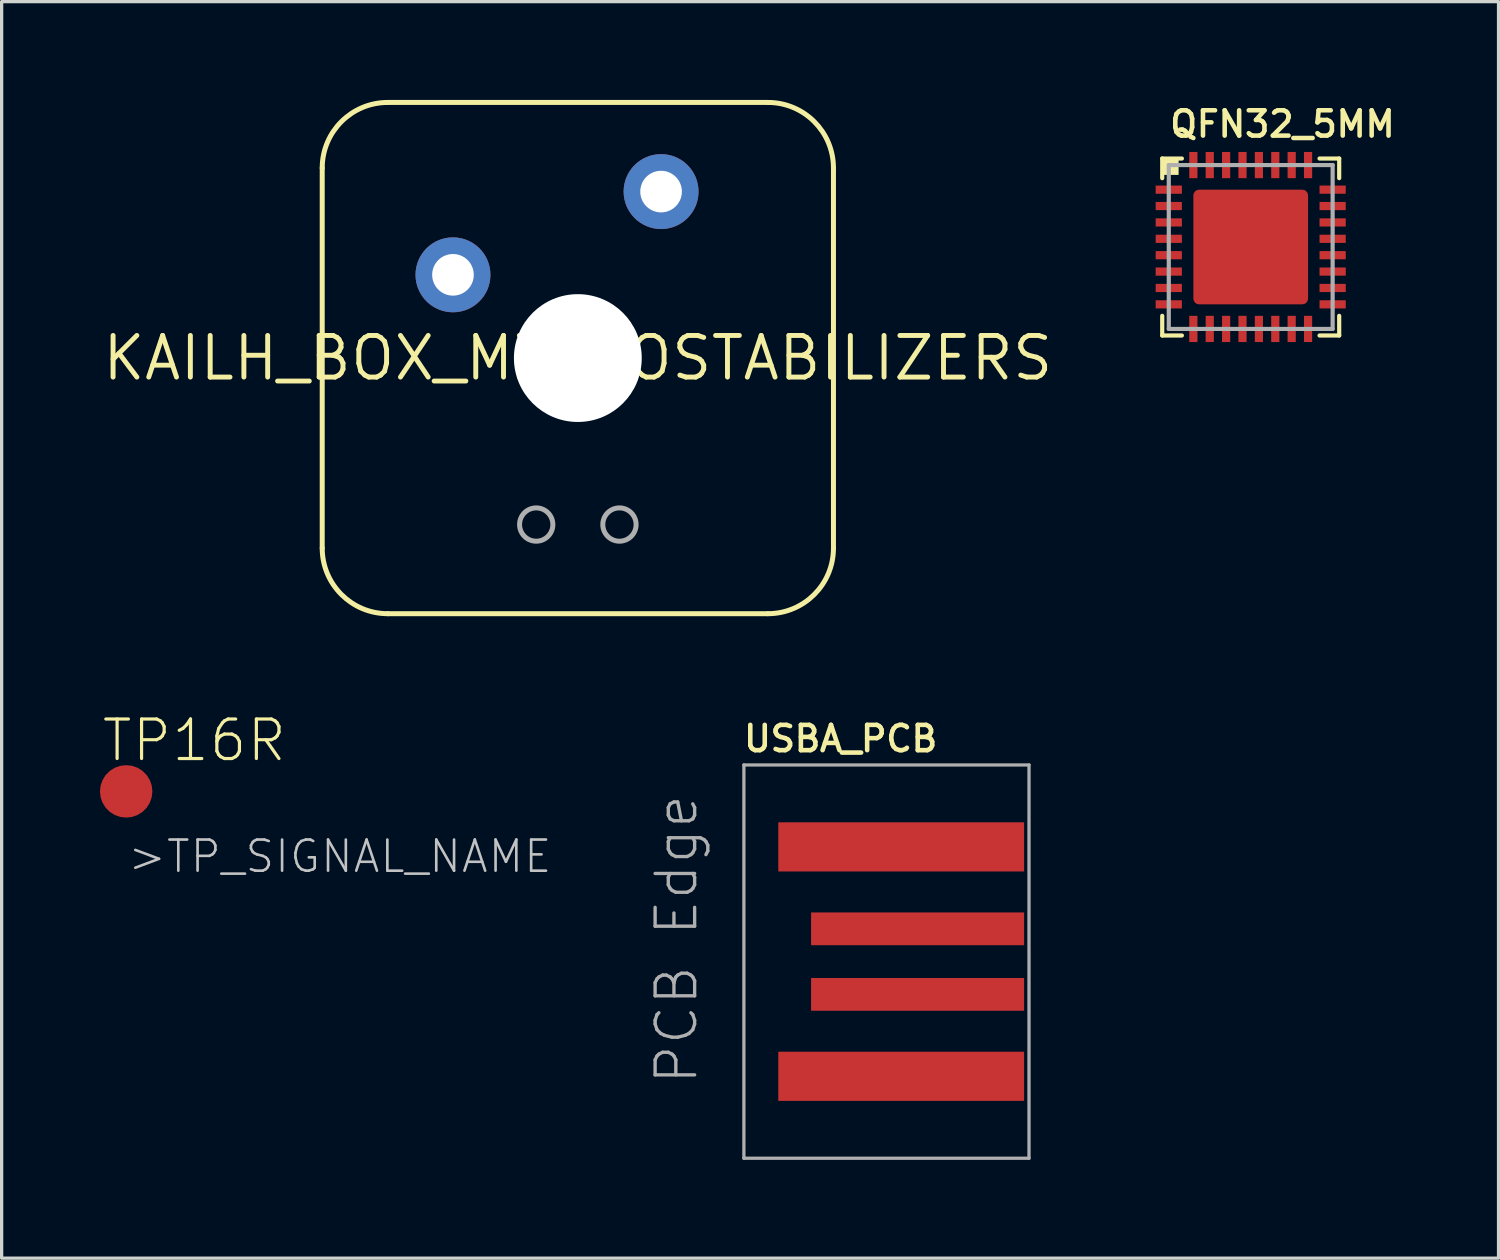
<source format=kicad_pcb>
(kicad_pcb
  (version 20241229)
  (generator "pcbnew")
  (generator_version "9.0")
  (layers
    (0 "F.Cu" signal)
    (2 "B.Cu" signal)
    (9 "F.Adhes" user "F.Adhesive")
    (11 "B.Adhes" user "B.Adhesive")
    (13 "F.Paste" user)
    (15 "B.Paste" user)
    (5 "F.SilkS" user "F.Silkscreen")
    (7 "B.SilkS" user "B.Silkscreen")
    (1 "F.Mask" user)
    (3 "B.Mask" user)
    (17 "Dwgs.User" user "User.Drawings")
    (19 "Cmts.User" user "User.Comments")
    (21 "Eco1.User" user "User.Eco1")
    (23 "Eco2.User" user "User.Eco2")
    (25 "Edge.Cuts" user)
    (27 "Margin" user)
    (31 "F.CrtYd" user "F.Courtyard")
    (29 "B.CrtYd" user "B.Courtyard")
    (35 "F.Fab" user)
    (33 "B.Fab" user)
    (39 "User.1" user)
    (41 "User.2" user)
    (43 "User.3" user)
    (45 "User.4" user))
  (footprint "QFN32_5MM"
    (layer "F.Cu")
    (at 35.114 4.487)
    (property "Reference" "QFN32_5MM" (at -2.54 -3.298 180) (layer "F.SilkS") (effects (font (size 0.772 0.772) (thickness 0.139)) (justify left bottom)))
    (attr through_hole)
    (fp_poly (pts (xy -2.95 -1.575) (xy -2.05 -1.575) (xy -2.05 -1.925) (xy -2.95 -1.925)) (stroke (width 0) (type solid)) (fill yes) (layer "F.Mask"))
    (fp_poly (pts (xy -2.95 -1.075) (xy -2.05 -1.075) (xy -2.05 -1.425) (xy -2.95 -1.425)) (stroke (width 0) (type solid)) (fill yes) (layer "F.Mask"))
    (fp_poly (pts (xy -2.95 -0.575) (xy -2.05 -0.575) (xy -2.05 -0.925) (xy -2.95 -0.925)) (stroke (width 0) (type solid)) (fill yes) (layer "F.Mask"))
    (fp_poly (pts (xy -2.95 -0.075) (xy -2.05 -0.075) (xy -2.05 -0.425) (xy -2.95 -0.425)) (stroke (width 0) (type solid)) (fill yes) (layer "F.Mask"))
    (fp_poly (pts (xy -2.95 0.425) (xy -2.05 0.425) (xy -2.05 0.075) (xy -2.95 0.075)) (stroke (width 0) (type solid)) (fill yes) (layer "F.Mask"))
    (fp_poly (pts (xy -2.95 0.925) (xy -2.05 0.925) (xy -2.05 0.575) (xy -2.95 0.575)) (stroke (width 0) (type solid)) (fill yes) (layer "F.Mask"))
    (fp_poly (pts (xy -2.95 1.425) (xy -2.05 1.425) (xy -2.05 1.075) (xy -2.95 1.075)) (stroke (width 0) (type solid)) (fill yes) (layer "F.Mask"))
    (fp_poly (pts (xy -2.95 1.925) (xy -2.05 1.925) (xy -2.05 1.575) (xy -2.95 1.575)) (stroke (width 0) (type solid)) (fill yes) (layer "F.Mask"))
    (fp_poly (pts (xy -1.925 -2.95) (xy -1.925 -2.05) (xy -1.575 -2.05) (xy -1.575 -2.95)) (stroke (width 0) (type solid)) (fill yes) (layer "F.Mask"))
    (fp_poly (pts (xy -1.575 2.95) (xy -1.575 2.05) (xy -1.925 2.05) (xy -1.925 2.95)) (stroke (width 0) (type solid)) (fill yes) (layer "F.Mask"))
    (fp_poly (pts (xy -1.425 -2.95) (xy -1.425 -2.05) (xy -1.075 -2.05) (xy -1.075 -2.95)) (stroke (width 0) (type solid)) (fill yes) (layer "F.Mask"))
    (fp_poly (pts (xy -1.075 2.95) (xy -1.075 2.05) (xy -1.425 2.05) (xy -1.425 2.95)) (stroke (width 0) (type solid)) (fill yes) (layer "F.Mask"))
    (fp_poly (pts (xy -0.925 -2.95) (xy -0.925 -2.05) (xy -0.575 -2.05) (xy -0.575 -2.95)) (stroke (width 0) (type solid)) (fill yes) (layer "F.Mask"))
    (fp_poly (pts (xy -0.575 2.95) (xy -0.575 2.05) (xy -0.925 2.05) (xy -0.925 2.95)) (stroke (width 0) (type solid)) (fill yes) (layer "F.Mask"))
    (fp_poly (pts (xy -0.425 -2.95) (xy -0.425 -2.05) (xy -0.075 -2.05) (xy -0.075 -2.95)) (stroke (width 0) (type solid)) (fill yes) (layer "F.Mask"))
    (fp_poly (pts (xy -0.075 2.95) (xy -0.075 2.05) (xy -0.425 2.05) (xy -0.425 2.95)) (stroke (width 0) (type solid)) (fill yes) (layer "F.Mask"))
    (fp_poly (pts (xy 0.075 -2.95) (xy 0.075 -2.05) (xy 0.425 -2.05) (xy 0.425 -2.95)) (stroke (width 0) (type solid)) (fill yes) (layer "F.Mask"))
    (fp_poly (pts (xy 0.425 2.95) (xy 0.425 2.05) (xy 0.075 2.05) (xy 0.075 2.95)) (stroke (width 0) (type solid)) (fill yes) (layer "F.Mask"))
    (fp_poly (pts (xy 0.575 -2.95) (xy 0.575 -2.05) (xy 0.925 -2.05) (xy 0.925 -2.95)) (stroke (width 0) (type solid)) (fill yes) (layer "F.Mask"))
    (fp_poly (pts (xy 0.925 2.95) (xy 0.925 2.05) (xy 0.575 2.05) (xy 0.575 2.95)) (stroke (width 0) (type solid)) (fill yes) (layer "F.Mask"))
    (fp_poly (pts (xy 1.075 -2.95) (xy 1.075 -2.05) (xy 1.425 -2.05) (xy 1.425 -2.95)) (stroke (width 0) (type solid)) (fill yes) (layer "F.Mask"))
    (fp_poly (pts (xy 1.425 2.95) (xy 1.425 2.05) (xy 1.075 2.05) (xy 1.075 2.95)) (stroke (width 0) (type solid)) (fill yes) (layer "F.Mask"))
    (fp_poly (pts (xy 1.575 -2.95) (xy 1.575 -2.05) (xy 1.925 -2.05) (xy 1.925 -2.95)) (stroke (width 0) (type solid)) (fill yes) (layer "F.Mask"))
    (fp_poly (pts (xy 1.925 2.95) (xy 1.925 2.05) (xy 1.575 2.05) (xy 1.575 2.95)) (stroke (width 0) (type solid)) (fill yes) (layer "F.Mask"))
    (fp_poly (pts (xy 2.95 -1.925) (xy 2.05 -1.925) (xy 2.05 -1.575) (xy 2.95 -1.575)) (stroke (width 0) (type solid)) (fill yes) (layer "F.Mask"))
    (fp_poly (pts (xy 2.95 -1.425) (xy 2.05 -1.425) (xy 2.05 -1.075) (xy 2.95 -1.075)) (stroke (width 0) (type solid)) (fill yes) (layer "F.Mask"))
    (fp_poly (pts (xy 2.95 -0.925) (xy 2.05 -0.925) (xy 2.05 -0.575) (xy 2.95 -0.575)) (stroke (width 0) (type solid)) (fill yes) (layer "F.Mask"))
    (fp_poly (pts (xy 2.95 -0.425) (xy 2.05 -0.425) (xy 2.05 -0.075) (xy 2.95 -0.075)) (stroke (width 0) (type solid)) (fill yes) (layer "F.Mask"))
    (fp_poly (pts (xy 2.95 0.075) (xy 2.05 0.075) (xy 2.05 0.425) (xy 2.95 0.425)) (stroke (width 0) (type solid)) (fill yes) (layer "F.Mask"))
    (fp_poly (pts (xy 2.95 0.575) (xy 2.05 0.575) (xy 2.05 0.925) (xy 2.95 0.925)) (stroke (width 0) (type solid)) (fill yes) (layer "F.Mask"))
    (fp_poly (pts (xy 2.95 1.075) (xy 2.05 1.075) (xy 2.05 1.425) (xy 2.95 1.425)) (stroke (width 0) (type solid)) (fill yes) (layer "F.Mask"))
    (fp_poly (pts (xy 2.95 1.575) (xy 2.05 1.575) (xy 2.05 1.925) (xy 2.95 1.925)) (stroke (width 0) (type solid)) (fill yes) (layer "F.Mask"))
    (fp_line (start -2.7 -2.7) (end -2.7 -2.1) (stroke (width 0.127) (type solid)) (layer "F.SilkS"))
    (fp_line (start -2.7 2.1) (end -2.7 2.7) (stroke (width 0.127) (type solid)) (layer "F.SilkS"))
    (fp_line (start -2.7 2.7) (end -2.1 2.7) (stroke (width 0.127) (type solid)) (layer "F.SilkS"))
    (fp_line (start -2.1 -2.7) (end -2.7 -2.7) (stroke (width 0.127) (type solid)) (layer "F.SilkS"))
    (fp_line (start 2.1 -2.7) (end 2.7 -2.7) (stroke (width 0.127) (type solid)) (layer "F.SilkS"))
    (fp_line (start 2.7 -2.7) (end 2.7 -2.1) (stroke (width 0.127) (type solid)) (layer "F.SilkS"))
    (fp_line (start 2.7 2.1) (end 2.7 2.7) (stroke (width 0.127) (type solid)) (layer "F.SilkS"))
    (fp_line (start 2.7 2.7) (end 2.1 2.7) (stroke (width 0.127) (type solid)) (layer "F.SilkS"))
    (fp_poly (pts (xy -2.7 -2.2) (xy -2.2 -2.2) (xy -2.2 -2.7) (xy -2.7 -2.7)) (stroke (width 0) (type solid)) (fill yes) (layer "F.SilkS"))
    (fp_poly (pts (xy -1.397 -0.254) (xy -0.254 -0.254) (xy -0.254 -1.397) (xy -1.397 -1.397)) (stroke (width 0) (type solid)) (fill yes) (layer "F.Paste"))
    (fp_poly (pts (xy -1.397 1.397) (xy -0.254 1.397) (xy -0.254 0.254) (xy -1.397 0.254)) (stroke (width 0) (type solid)) (fill yes) (layer "F.Paste"))
    (fp_poly (pts (xy 0.254 -0.254) (xy 1.397 -0.254) (xy 1.397 -1.397) (xy 0.254 -1.397)) (stroke (width 0) (type solid)) (fill yes) (layer "F.Paste"))
    (fp_poly (pts (xy 0.254 1.397) (xy 1.397 1.397) (xy 1.397 0.254) (xy 0.254 0.254)) (stroke (width 0) (type solid)) (fill yes) (layer "F.Paste"))
    (fp_line (start -2.5 -2.5) (end 2.5 -2.5) (stroke (width 0.127) (type solid)) (layer "F.Fab"))
    (fp_line (start -2.5 2.5) (end -2.5 -2.5) (stroke (width 0.127) (type solid)) (layer "F.Fab"))
    (fp_line (start 2.5 -2.5) (end 2.5 2.5) (stroke (width 0.127) (type solid)) (layer "F.Fab"))
    (fp_line (start 2.5 2.5) (end -2.5 2.5) (stroke (width 0.127) (type solid)) (layer "F.Fab"))
    (pad "1" smd rect (at -2.5 -1.75 90) (size 0.25 0.8) (layers "F.Cu" "F.Mask" "F.Paste"))
    (pad "2" smd rect (at -2.5 -1.25 90) (size 0.25 0.8) (layers "F.Cu" "F.Mask" "F.Paste"))
    (pad "3" smd rect (at -2.5 -0.75 90) (size 0.25 0.8) (layers "F.Cu" "F.Mask" "F.Paste"))
    (pad "4" smd rect (at -2.5 -0.25 90) (size 0.25 0.8) (layers "F.Cu" "F.Mask" "F.Paste"))
    (pad "5" smd rect (at -2.5 0.25 90) (size 0.25 0.8) (layers "F.Cu" "F.Mask" "F.Paste"))
    (pad "6" smd rect (at -2.5 0.75 90) (size 0.25 0.8) (layers "F.Cu" "F.Mask" "F.Paste"))
    (pad "7" smd rect (at -2.5 1.25 90) (size 0.25 0.8) (layers "F.Cu" "F.Mask" "F.Paste"))
    (pad "8" smd rect (at -2.5 1.75 90) (size 0.25 0.8) (layers "F.Cu" "F.Mask" "F.Paste"))
    (pad "9" smd rect (at -1.75 2.5 180) (size 0.25 0.8) (layers "F.Cu" "F.Mask" "F.Paste"))
    (pad "10" smd rect (at -1.25 2.5 180) (size 0.25 0.8) (layers "F.Cu" "F.Mask" "F.Paste"))
    (pad "11" smd rect (at -0.75 2.5 180) (size 0.25 0.8) (layers "F.Cu" "F.Mask" "F.Paste"))
    (pad "12" smd rect (at -0.25 2.5 180) (size 0.25 0.8) (layers "F.Cu" "F.Mask" "F.Paste"))
    (pad "13" smd rect (at 0.25 2.5 180) (size 0.25 0.8) (layers "F.Cu" "F.Mask" "F.Paste"))
    (pad "14" smd rect (at 0.75 2.5 180) (size 0.25 0.8) (layers "F.Cu" "F.Mask" "F.Paste"))
    (pad "15" smd rect (at 1.25 2.5 180) (size 0.25 0.8) (layers "F.Cu" "F.Mask" "F.Paste"))
    (pad "16" smd rect (at 1.75 2.5 180) (size 0.25 0.8) (layers "F.Cu" "F.Mask" "F.Paste"))
    (pad "17" smd rect (at 2.5 1.75 270) (size 0.25 0.8) (layers "F.Cu" "F.Mask" "F.Paste"))
    (pad "18" smd rect (at 2.5 1.25 270) (size 0.25 0.8) (layers "F.Cu" "F.Mask" "F.Paste"))
    (pad "19" smd rect (at 2.5 0.75 270) (size 0.25 0.8) (layers "F.Cu" "F.Mask" "F.Paste"))
    (pad "20" smd rect (at 2.5 0.25 270) (size 0.25 0.8) (layers "F.Cu" "F.Mask" "F.Paste"))
    (pad "21" smd rect (at 2.5 -0.25 270) (size 0.25 0.8) (layers "F.Cu" "F.Mask" "F.Paste"))
    (pad "22" smd rect (at 2.5 -0.75 270) (size 0.25 0.8) (layers "F.Cu" "F.Mask" "F.Paste"))
    (pad "23" smd rect (at 2.5 -1.25 270) (size 0.25 0.8) (layers "F.Cu" "F.Mask" "F.Paste"))
    (pad "24" smd rect (at 2.5 -1.75 270) (size 0.25 0.8) (layers "F.Cu" "F.Mask" "F.Paste"))
    (pad "25" smd rect (at 1.75 -2.5) (size 0.25 0.8) (layers "F.Cu" "F.Mask" "F.Paste"))
    (pad "26" smd rect (at 1.25 -2.5) (size 0.25 0.8) (layers "F.Cu" "F.Mask" "F.Paste"))
    (pad "27" smd rect (at 0.75 -2.5) (size 0.25 0.8) (layers "F.Cu" "F.Mask" "F.Paste"))
    (pad "28" smd rect (at 0.25 -2.5) (size 0.25 0.8) (layers "F.Cu" "F.Mask" "F.Paste"))
    (pad "29" smd rect (at -0.25 -2.5) (size 0.25 0.8) (layers "F.Cu" "F.Mask" "F.Paste"))
    (pad "30" smd rect (at -0.75 -2.5) (size 0.25 0.8) (layers "F.Cu" "F.Mask" "F.Paste"))
    (pad "31" smd rect (at -1.25 -2.5) (size 0.25 0.8) (layers "F.Cu" "F.Mask" "F.Paste"))
    (pad "32" smd rect (at -1.75 -2.5) (size 0.25 0.8) (layers "F.Cu" "F.Mask" "F.Paste"))
    (pad "33" smd roundrect (at 0 0) (size 3.5 3.5) (layers "F.Cu" "F.Mask") (roundrect_rratio 0.05)))
  (footprint "TP16R"
    (layer "F.Cu")
    (at 0.8 21.098)
    (property "Reference" "TP16R" (at -0.8 -0.85 0) (layer "F.SilkS") (effects (font (size 1.206 1.206) (thickness 0.097)) (justify left bottom)))
    (attr through_hole)
    (fp_text user ">TP_SIGNAL_NAME" (at 0 2.54 0) (layer "Dwgs.User") (effects (font (size 0.95 0.95) (thickness 0.08)) (justify left bottom)))
    (pad "TP" smd roundrect (at 0 0) (size 1.6 1.6) (layers "F.Cu" "F.Mask") (roundrect_rratio 0.5)))
  (footprint "USBA_PCB"
    (layer "F.Cu")
    (at 24.649 26.292)
    (property "Reference" "USBA_PCB" (at -5.08 -6.35 0) (layer "F.SilkS") (effects (font (size 0.772 0.772) (thickness 0.139)) (justify left bottom)))
    (attr through_hole)
    (fp_line (start -5 -6) (end 3.7 -6) (stroke (width 0.1) (type solid)) (layer "F.Fab"))
    (fp_line (start -5 6) (end -5 -6) (stroke (width 0.1) (type solid)) (layer "F.Fab"))
    (fp_line (start 3.7 -6) (end 3.7 6) (stroke (width 0.1) (type solid)) (layer "F.Fab"))
    (fp_line (start 3.7 6) (end -5 6) (stroke (width 0.1) (type solid)) (layer "F.Fab"))
    (fp_text user "PCB Edge" (at -6.35 3.81 90) (layer "F.Fab") (effects (font (size 1.206 1.206) (thickness 0.102)) (justify left bottom)))
    (pad "GND" smd rect (at -0.2 -3.5) (size 7.5 1.5) (layers "F.Cu" "F.Mask"))
    (pad "USB_NEG" smd rect (at 0.3 1) (size 6.5 1) (layers "F.Cu" "F.Mask"))
    (pad "USB_PLUS" smd rect (at 0.3 -1) (size 6.5 1) (layers "F.Cu" "F.Mask"))
    (pad "VCC" smd rect (at -0.2 3.5) (size 7.5 1.5) (layers "F.Cu" "F.Mask")))
  (footprint "KAILH_BOX_MX_NOSTABILIZERS"
    (layer "F.Cu")
    (at 14.582 7.876)
    (property "Reference" "KAILH_BOX_MX_NOSTABILIZERS" (at 0 0 0) (layer "F.SilkS") (effects (font (size 1.27 1.27) (thickness 0.15))))
    (attr through_hole)
    (fp_line (start -7.8 5.8) (end -7.8 -5.8) (stroke (width 0.152) (type solid)) (layer "F.SilkS"))
    (fp_line (start -5.8 -7.8) (end 5.8 -7.8) (stroke (width 0.152) (type solid)) (layer "F.SilkS"))
    (fp_line (start 5.8 7.8) (end -5.8 7.8) (stroke (width 0.152) (type solid)) (layer "F.SilkS"))
    (fp_line (start 7.8 -5.8) (end 7.8 5.8) (stroke (width 0.152) (type solid)) (layer "F.SilkS"))
    (fp_arc (start -7.8 -5.8) (mid -7.214214 -7.214214) (end -5.8 -7.8) (stroke (width 0.1524) (type solid)) (layer "F.SilkS"))
    (fp_arc (start -5.8 7.8) (mid -7.214214 7.214214) (end -7.8 5.8) (stroke (width 0.1524) (type solid)) (layer "F.SilkS"))
    (fp_arc (start 5.8 -7.8) (mid 7.214214 -7.214214) (end 7.8 -5.8) (stroke (width 0.1524) (type solid)) (layer "F.SilkS"))
    (fp_arc (start 7.8 5.8) (mid 7.214214 7.214214) (end 5.8 7.8) (stroke (width 0.1524) (type solid)) (layer "F.SilkS"))
    (fp_circle (center -1.27 5.08) (end -0.762 5.08) (stroke (width 0.152) (type solid)) (fill no) (layer "F.Fab"))
    (fp_circle (center 1.27 5.08) (end 1.778 5.08) (stroke (width 0.152) (type solid)) (fill no) (layer "F.Fab"))
    (pad "" np_thru_hole circle (at 0 0) (size 3.9 3.9) (drill 3.9) (layers "*.Cu" "*.Mask"))
    (pad "1" thru_hole circle (at -3.81 -2.54) (size 2.286 2.286) (drill 1.27) (layers "*.Cu" "*.Mask"))
    (pad "2" thru_hole circle (at 2.54 -5.08) (size 2.286 2.286) (drill 1.27) (layers "*.Cu" "*.Mask")))
  (gr_rect
    (start -3 -3)
    (end 42.676 35.342)
    (stroke (width 0.1) (type default))
    (fill no)
    (layer "Edge.Cuts")))
</source>
